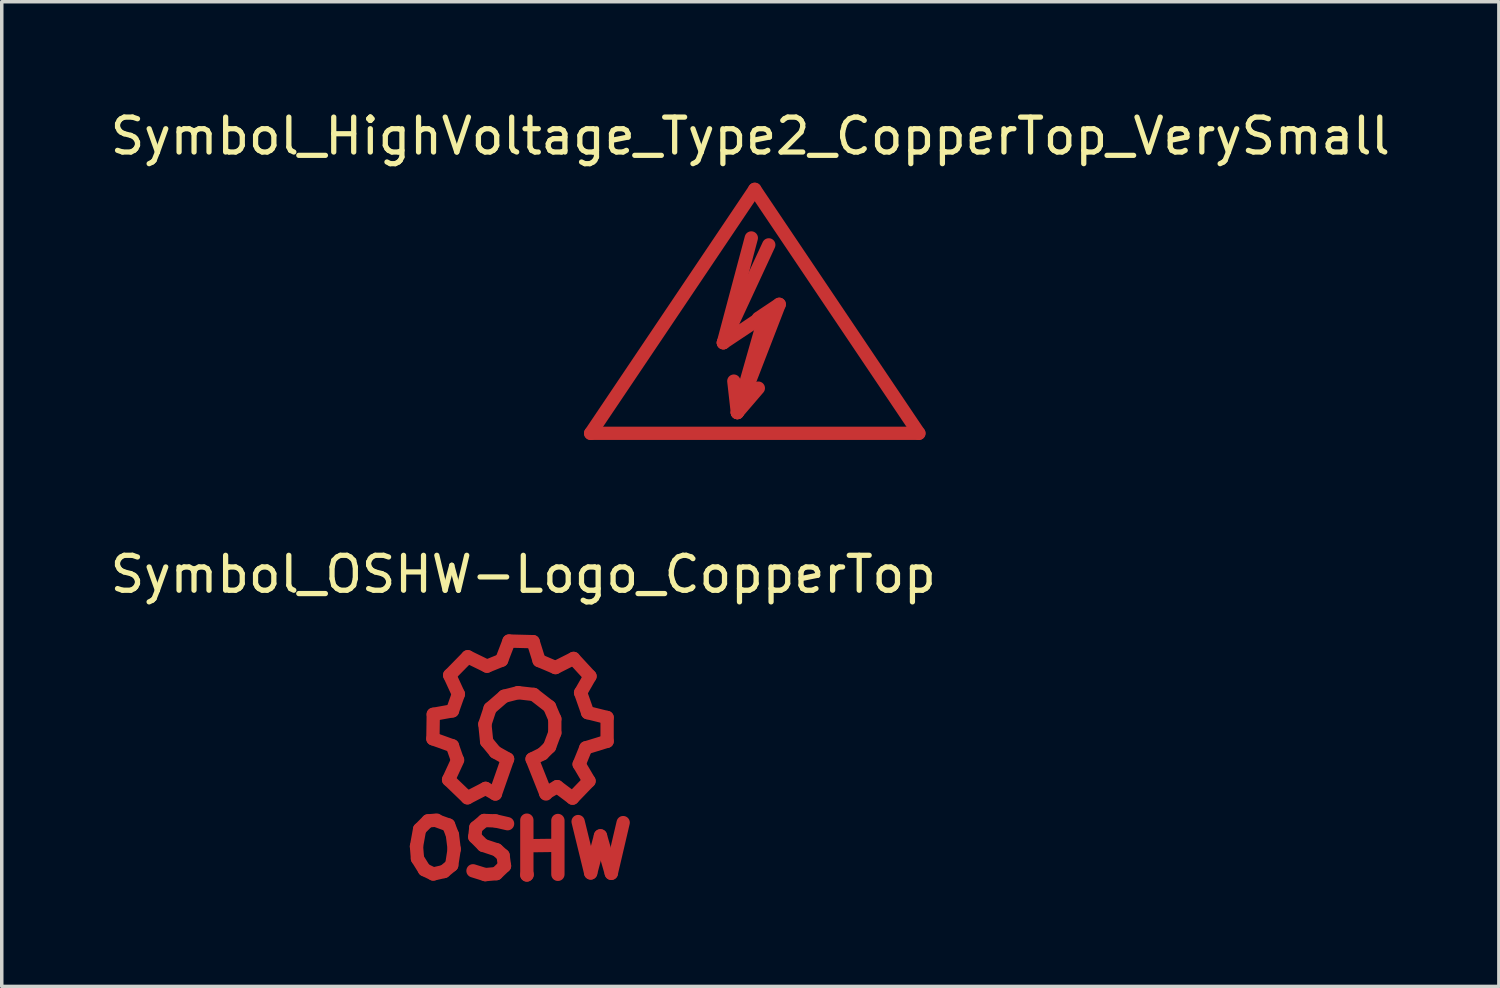
<source format=kicad_pcb>
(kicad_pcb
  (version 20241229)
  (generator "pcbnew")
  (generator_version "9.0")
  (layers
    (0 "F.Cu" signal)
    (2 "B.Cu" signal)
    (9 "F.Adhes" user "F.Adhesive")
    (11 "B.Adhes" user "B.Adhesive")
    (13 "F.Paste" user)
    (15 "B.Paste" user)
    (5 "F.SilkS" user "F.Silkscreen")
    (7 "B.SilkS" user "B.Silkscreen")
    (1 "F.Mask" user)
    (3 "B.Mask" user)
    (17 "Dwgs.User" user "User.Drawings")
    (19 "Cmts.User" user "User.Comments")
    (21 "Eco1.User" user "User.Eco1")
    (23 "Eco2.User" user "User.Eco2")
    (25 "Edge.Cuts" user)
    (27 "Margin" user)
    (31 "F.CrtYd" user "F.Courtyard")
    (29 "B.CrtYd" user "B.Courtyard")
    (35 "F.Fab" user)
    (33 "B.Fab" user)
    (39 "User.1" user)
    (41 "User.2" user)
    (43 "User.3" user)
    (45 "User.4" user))
  (footprint "Symbol_OSHW-Logo_CopperTop"
    (layer "F.Cu")
    (at 11.835 17.785)
    (property "Reference" "Symbol_OSHW-Logo_CopperTop" (at 0.099 -4.389 0) (layer "F.SilkS") (effects (font (size 1 1) (thickness 0.15))))
    (attr through_hole)
    (fp_line (start -2.959 3.401) (end -2.931 3.749) (stroke (width 0.381) (type solid)) (layer "F.Cu"))
    (fp_line (start -2.931 3.749) (end -2.731 4.069) (stroke (width 0.381) (type solid)) (layer "F.Cu"))
    (fp_line (start -2.87 2.911) (end -2.959 3.401) (stroke (width 0.381) (type solid)) (layer "F.Cu"))
    (fp_line (start -2.731 4.069) (end -2.479 4.191) (stroke (width 0.381) (type solid)) (layer "F.Cu"))
    (fp_line (start -2.629 2.67) (end -2.87 2.911) (stroke (width 0.381) (type solid)) (layer "F.Cu"))
    (fp_line (start -2.489 0.32) (end -1.93 0.521) (stroke (width 0.381) (type solid)) (layer "F.Cu"))
    (fp_line (start -2.479 -0.381) (end -2.489 0.32) (stroke (width 0.381) (type solid)) (layer "F.Cu"))
    (fp_line (start -2.479 4.191) (end -2.169 4.12) (stroke (width 0.381) (type solid)) (layer "F.Cu"))
    (fp_line (start -2.38 2.649) (end -2.629 2.67) (stroke (width 0.381) (type solid)) (layer "F.Cu"))
    (fp_line (start -2.169 4.12) (end -1.951 3.94) (stroke (width 0.381) (type solid)) (layer "F.Cu"))
    (fp_line (start -2.04 1.491) (end -1.501 2.009) (stroke (width 0.381) (type solid)) (layer "F.Cu"))
    (fp_line (start -2.04 2.789) (end -2.4 2.659) (stroke (width 0.381) (type solid)) (layer "F.Cu"))
    (fp_line (start -2.009 -1.501) (end -1.76 -0.96) (stroke (width 0.381) (type solid)) (layer "F.Cu"))
    (fp_line (start -1.951 3.94) (end -1.88 3.48) (stroke (width 0.381) (type solid)) (layer "F.Cu"))
    (fp_line (start -1.93 -0.48) (end -2.479 -0.381) (stroke (width 0.381) (type solid)) (layer "F.Cu"))
    (fp_line (start -1.93 0.521) (end -1.791 0.919) (stroke (width 0.381) (type solid)) (layer "F.Cu"))
    (fp_line (start -1.93 3.071) (end -2.04 2.789) (stroke (width 0.381) (type solid)) (layer "F.Cu"))
    (fp_line (start -1.88 3.48) (end -1.93 3.071) (stroke (width 0.381) (type solid)) (layer "F.Cu"))
    (fp_line (start -1.781 0.93) (end -2.04 1.491) (stroke (width 0.381) (type solid)) (layer "F.Cu"))
    (fp_line (start -1.76 -0.96) (end -1.93 -0.48) (stroke (width 0.381) (type solid)) (layer "F.Cu"))
    (fp_line (start -1.501 2.009) (end -0.98 1.74) (stroke (width 0.381) (type solid)) (layer "F.Cu"))
    (fp_line (start -1.491 -2.029) (end -2.009 -1.501) (stroke (width 0.381) (type solid)) (layer "F.Cu"))
    (fp_line (start -1.29 3.129) (end -1.049 3.371) (stroke (width 0.381) (type solid)) (layer "F.Cu"))
    (fp_line (start -1.26 2.86) (end -1.29 3.129) (stroke (width 0.381) (type solid)) (layer "F.Cu"))
    (fp_line (start -1.049 3.371) (end -0.66 3.5) (stroke (width 0.381) (type solid)) (layer "F.Cu"))
    (fp_line (start -1.021 2.659) (end -1.26 2.86) (stroke (width 0.381) (type solid)) (layer "F.Cu"))
    (fp_line (start -1.001 -0.099) (end -0.95 0.399) (stroke (width 0.381) (type solid)) (layer "F.Cu"))
    (fp_line (start -0.991 4.209) (end -1.341 4.1) (stroke (width 0.381) (type solid)) (layer "F.Cu"))
    (fp_line (start -0.98 1.74) (end -0.701 1.9) (stroke (width 0.381) (type solid)) (layer "F.Cu"))
    (fp_line (start -0.95 0.399) (end -0.701 0.701) (stroke (width 0.381) (type solid)) (layer "F.Cu"))
    (fp_line (start -0.94 -1.76) (end -1.491 -2.029) (stroke (width 0.381) (type solid)) (layer "F.Cu"))
    (fp_line (start -0.851 -0.551) (end -1.001 -0.099) (stroke (width 0.381) (type solid)) (layer "F.Cu"))
    (fp_line (start -0.701 0.701) (end -0.351 0.899) (stroke (width 0.381) (type solid)) (layer "F.Cu"))
    (fp_line (start -0.701 2.67) (end -1.021 2.659) (stroke (width 0.381) (type solid)) (layer "F.Cu"))
    (fp_line (start -0.671 4.181) (end -0.991 4.209) (stroke (width 0.381) (type solid)) (layer "F.Cu"))
    (fp_line (start -0.66 3.5) (end -0.48 3.66) (stroke (width 0.381) (type solid)) (layer "F.Cu"))
    (fp_line (start -0.521 -1.93) (end -0.94 -1.76) (stroke (width 0.381) (type solid)) (layer "F.Cu"))
    (fp_line (start -0.48 3.66) (end -0.439 3.96) (stroke (width 0.381) (type solid)) (layer "F.Cu"))
    (fp_line (start -0.45 -0.899) (end -0.851 -0.551) (stroke (width 0.381) (type solid)) (layer "F.Cu"))
    (fp_line (start -0.439 3.96) (end -0.671 4.181) (stroke (width 0.381) (type solid)) (layer "F.Cu"))
    (fp_line (start -0.351 0.899) (end -0.701 1.9) (stroke (width 0.381) (type solid)) (layer "F.Cu"))
    (fp_line (start -0.351 2.751) (end -0.701 2.67) (stroke (width 0.381) (type solid)) (layer "F.Cu"))
    (fp_line (start -0.31 -2.479) (end -0.521 -1.93) (stroke (width 0.381) (type solid)) (layer "F.Cu"))
    (fp_line (start -0.051 -1.001) (end -0.45 -0.899) (stroke (width 0.381) (type solid)) (layer "F.Cu"))
    (fp_line (start 0.201 2.649) (end 0.201 4.219) (stroke (width 0.381) (type solid)) (layer "F.Cu"))
    (fp_line (start 0.201 4.219) (end 0.211 4.209) (stroke (width 0.381) (type solid)) (layer "F.Cu"))
    (fp_line (start 0.249 3.381) (end 1.039 3.371) (stroke (width 0.381) (type solid)) (layer "F.Cu"))
    (fp_line (start 0.351 0.899) (end 0.65 0.749) (stroke (width 0.381) (type solid)) (layer "F.Cu"))
    (fp_line (start 0.351 0.899) (end 0.749 1.9) (stroke (width 0.381) (type solid)) (layer "F.Cu"))
    (fp_line (start 0.381 -2.461) (end -0.31 -2.479) (stroke (width 0.381) (type solid)) (layer "F.Cu"))
    (fp_line (start 0.399 -0.95) (end -0.051 -1.001) (stroke (width 0.381) (type solid)) (layer "F.Cu"))
    (fp_line (start 0.551 -1.92) (end 0.381 -2.461) (stroke (width 0.381) (type solid)) (layer "F.Cu"))
    (fp_line (start 0.65 0.749) (end 0.851 0.551) (stroke (width 0.381) (type solid)) (layer "F.Cu"))
    (fp_line (start 0.739 1.88) (end 1.069 1.689) (stroke (width 0.381) (type solid)) (layer "F.Cu"))
    (fp_line (start 0.851 -0.599) (end 0.399 -0.95) (stroke (width 0.381) (type solid)) (layer "F.Cu"))
    (fp_line (start 0.851 0.551) (end 1.001 0.15) (stroke (width 0.381) (type solid)) (layer "F.Cu"))
    (fp_line (start 1.001 -0.249) (end 0.851 -0.599) (stroke (width 0.381) (type solid)) (layer "F.Cu"))
    (fp_line (start 1.001 0.15) (end 1.001 -0.249) (stroke (width 0.381) (type solid)) (layer "F.Cu"))
    (fp_line (start 1.021 -1.72) (end 0.551 -1.92) (stroke (width 0.381) (type solid)) (layer "F.Cu"))
    (fp_line (start 1.039 3.371) (end 1.049 3.381) (stroke (width 0.381) (type solid)) (layer "F.Cu"))
    (fp_line (start 1.049 3.381) (end 1.049 3.371) (stroke (width 0.381) (type solid)) (layer "F.Cu"))
    (fp_line (start 1.069 1.689) (end 1.509 2.019) (stroke (width 0.381) (type solid)) (layer "F.Cu"))
    (fp_line (start 1.09 2.659) (end 1.09 4.201) (stroke (width 0.381) (type solid)) (layer "F.Cu"))
    (fp_line (start 1.509 2.019) (end 1.981 1.529) (stroke (width 0.381) (type solid)) (layer "F.Cu"))
    (fp_line (start 1.539 -1.981) (end 1.021 -1.72) (stroke (width 0.381) (type solid)) (layer "F.Cu"))
    (fp_line (start 1.669 2.69) (end 2.029 4.161) (stroke (width 0.381) (type solid)) (layer "F.Cu"))
    (fp_line (start 1.699 1.049) (end 1.89 0.579) (stroke (width 0.381) (type solid)) (layer "F.Cu"))
    (fp_line (start 1.74 -1.001) (end 2.009 -1.471) (stroke (width 0.381) (type solid)) (layer "F.Cu"))
    (fp_line (start 1.89 0.579) (end 2.499 0.391) (stroke (width 0.381) (type solid)) (layer "F.Cu"))
    (fp_line (start 1.941 -0.429) (end 1.74 -1.001) (stroke (width 0.381) (type solid)) (layer "F.Cu"))
    (fp_line (start 1.981 1.529) (end 1.699 1.049) (stroke (width 0.381) (type solid)) (layer "F.Cu"))
    (fp_line (start 2.009 -1.471) (end 1.539 -1.981) (stroke (width 0.381) (type solid)) (layer "F.Cu"))
    (fp_line (start 2.029 4.161) (end 2.309 3.099) (stroke (width 0.381) (type solid)) (layer "F.Cu"))
    (fp_line (start 2.309 3.099) (end 2.619 4.171) (stroke (width 0.381) (type solid)) (layer "F.Cu"))
    (fp_line (start 2.499 -0.29) (end 1.941 -0.429) (stroke (width 0.381) (type solid)) (layer "F.Cu"))
    (fp_line (start 2.499 0.391) (end 2.499 -0.29) (stroke (width 0.381) (type solid)) (layer "F.Cu"))
    (fp_line (start 2.619 4.171) (end 2.959 2.72) (stroke (width 0.381) (type solid)) (layer "F.Cu")))
  (footprint "Symbol_HighVoltage_Type2_CopperTop_VerySmall"
    (layer "F.Cu")
    (at 18.562 6.563)
    (property "Reference" "Symbol_HighVoltage_Type2_CopperTop_VerySmall" (at -0.127 -5.715 0) (layer "F.SilkS") (effects (font (size 1 1) (thickness 0.15))))
    (attr through_hole)
    (fp_line (start -4.699 2.794) (end 0 -4.191) (stroke (width 0.381) (type solid)) (layer "F.Cu"))
    (fp_line (start -0.899 0.201) (end 0.3 -0.599) (stroke (width 0.381) (type solid)) (layer "F.Cu"))
    (fp_line (start -0.899 0.201) (end 0.401 -2.601) (stroke (width 0.381) (type solid)) (layer "F.Cu"))
    (fp_line (start -0.498 2.2) (end -0.599 1.3) (stroke (width 0.381) (type solid)) (layer "F.Cu"))
    (fp_line (start -0.498 2.2) (end 0.102 1.501) (stroke (width 0.381) (type solid)) (layer "F.Cu"))
    (fp_line (start -0.498 2.2) (end 0.701 -0.899) (stroke (width 0.381) (type solid)) (layer "F.Cu"))
    (fp_line (start -0.099 -2.799) (end -0.899 0.201) (stroke (width 0.381) (type solid)) (layer "F.Cu"))
    (fp_line (start 0 -4.191) (end 4.699 2.794) (stroke (width 0.381) (type solid)) (layer "F.Cu"))
    (fp_line (start 0.3 -0.599) (end -0.498 2.2) (stroke (width 0.381) (type solid)) (layer "F.Cu"))
    (fp_line (start 0.701 -0.899) (end 0.102 -0.5) (stroke (width 0.381) (type solid)) (layer "F.Cu"))
    (fp_line (start 4.699 2.794) (end -4.699 2.794) (stroke (width 0.381) (type solid)) (layer "F.Cu")))
  (gr_rect
    (start -3 -3)
    (end 39.869 25.195)
    (stroke (width 0.1) (type default))
    (fill no)
    (layer "Edge.Cuts")))
</source>
